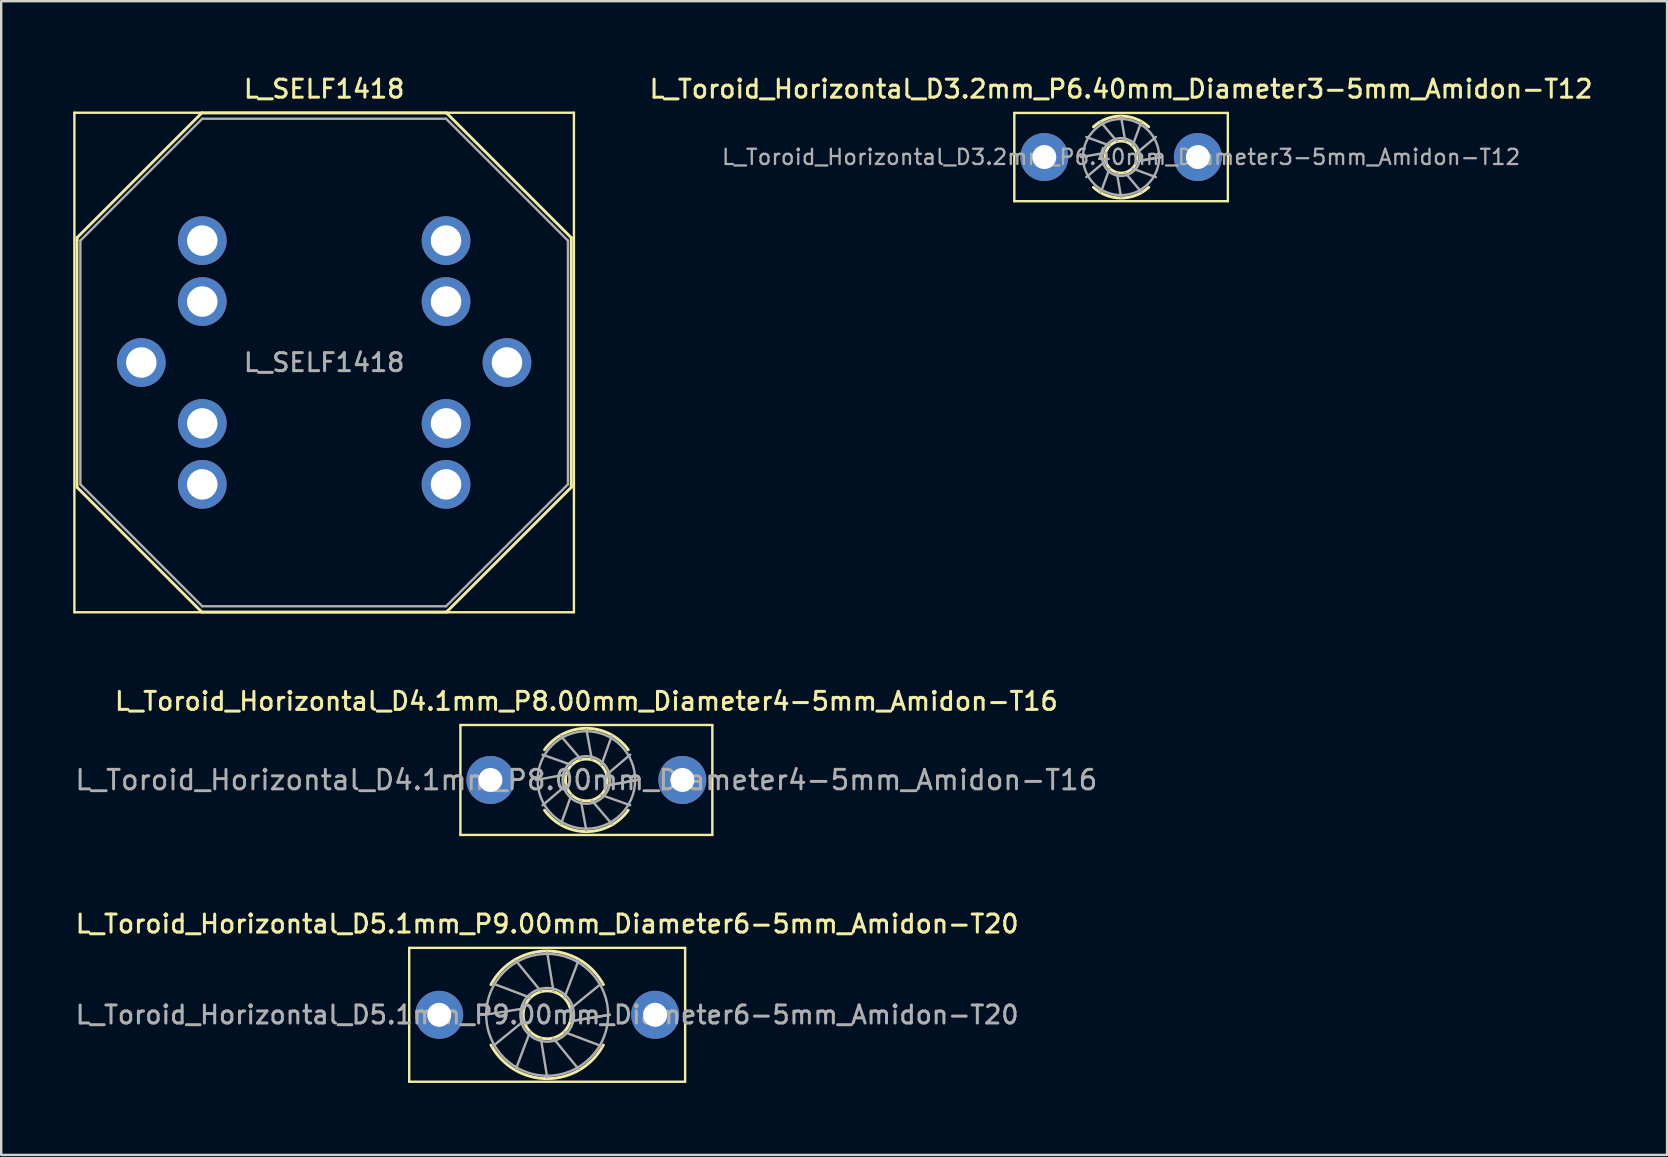
<source format=kicad_pcb>
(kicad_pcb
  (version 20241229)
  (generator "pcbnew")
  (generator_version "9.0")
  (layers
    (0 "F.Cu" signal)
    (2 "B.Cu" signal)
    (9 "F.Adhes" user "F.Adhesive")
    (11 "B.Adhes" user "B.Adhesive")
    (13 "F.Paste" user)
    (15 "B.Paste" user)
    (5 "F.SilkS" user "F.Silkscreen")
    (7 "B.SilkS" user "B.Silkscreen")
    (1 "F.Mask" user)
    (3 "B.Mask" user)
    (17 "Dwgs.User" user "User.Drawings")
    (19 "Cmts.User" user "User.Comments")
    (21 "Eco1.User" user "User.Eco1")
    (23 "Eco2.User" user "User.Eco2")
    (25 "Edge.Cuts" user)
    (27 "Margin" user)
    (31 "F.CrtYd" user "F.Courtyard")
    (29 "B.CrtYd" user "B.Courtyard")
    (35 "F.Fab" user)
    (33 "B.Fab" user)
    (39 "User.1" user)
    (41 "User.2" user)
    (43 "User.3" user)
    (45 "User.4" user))
  (footprint "L_Toroid_Horizontal_D5.1mm_P9.00mm_Diameter6-5mm_Amidon-T20"
    (layer "F.Cu")
    (at 15.255 39.246)
    (property "Reference" "L_Toroid_Horizontal_D5.1mm_P9.00mm_Diameter6-5mm_Amidon-T20" (at 4.5 -3.79 0) (layer "F.SilkS") (effects (font (size 0.75 0.75) (thickness 0.125))))
    (attr through_hole)
    (fp_line (start -1.25 -2.79) (end -1.25 2.79) (stroke (width 0.1) (type solid)) (layer "F.SilkS"))
    (fp_line (start -1.25 2.79) (end 10.25 2.79) (stroke (width 0.1) (type solid)) (layer "F.SilkS"))
    (fp_line (start 10.25 -2.79) (end -1.25 -2.79) (stroke (width 0.1) (type solid)) (layer "F.SilkS"))
    (fp_line (start 10.25 2.79) (end 10.25 -2.79) (stroke (width 0.1) (type solid)) (layer "F.SilkS"))
    (fp_arc (start 2.157352 -1.26) (mid 4.5 -2.66) (end 6.842648 -1.26) (stroke (width 0.12) (type solid)) (layer "F.SilkS"))
    (fp_arc (start 6.842648 1.26) (mid 4.5 2.66) (end 2.157352 1.26) (stroke (width 0.12) (type solid)) (layer "F.SilkS"))
    (fp_circle (center 4.5 0) (end 5.498 0) (stroke (width 0.12) (type solid)) (fill no) (layer "F.SilkS"))
    (fp_line (start 1.893 0.000242) (end 3.517 -0.263) (stroke (width 0.1) (type solid)) (layer "F.Fab"))
    (fp_line (start 2.242 -1.303) (end 3.78 -0.719) (stroke (width 0.1) (type solid)) (layer "F.Fab"))
    (fp_line (start 2.243 1.304) (end 3.517 0.263) (stroke (width 0.1) (type solid)) (layer "F.Fab"))
    (fp_line (start 3.196 -2.257) (end 4.237 -0.983) (stroke (width 0.1) (type solid)) (layer "F.Fab"))
    (fp_line (start 3.197 2.258) (end 3.781 0.72) (stroke (width 0.1) (type solid)) (layer "F.Fab"))
    (fp_line (start 4.5 -2.607) (end 4.763 -0.983) (stroke (width 0.1) (type solid)) (layer "F.Fab"))
    (fp_line (start 4.5 2.607) (end 4.237 0.983) (stroke (width 0.1) (type solid)) (layer "F.Fab"))
    (fp_line (start 5.803 -2.258) (end 5.219 -0.72) (stroke (width 0.1) (type solid)) (layer "F.Fab"))
    (fp_line (start 5.803 2.258) (end 4.763 0.983) (stroke (width 0.1) (type solid)) (layer "F.Fab"))
    (fp_line (start 6.757 -1.304) (end 5.483 -0.264) (stroke (width 0.1) (type solid)) (layer "F.Fab"))
    (fp_line (start 6.758 1.303) (end 5.22 0.72) (stroke (width 0.1) (type solid)) (layer "F.Fab"))
    (fp_line (start 7.107 -0.000483) (end 5.483 0.263) (stroke (width 0.1) (type solid)) (layer "F.Fab"))
    (fp_line (start 7.107 0) (end 5.483 0.263) (stroke (width 0.1) (type solid)) (layer "F.Fab"))
    (fp_circle (center 4.5 0) (end 5.618 0) (stroke (width 0.1) (type solid)) (fill no) (layer "F.Fab"))
    (fp_circle (center 4.5 0) (end 7.04 0) (stroke (width 0.1) (type solid)) (fill no) (layer "F.Fab"))
    (fp_text user "${REFERENCE}" (at 4.5 0 0) (layer "F.Fab") (effects (font (size 0.75 0.75) (thickness 0.125))))
    (pad "1" thru_hole circle (at 0 0) (size 2 2) (drill 1) (layers "*.Cu" "*.Mask"))
    (pad "2" thru_hole circle (at 9 0) (size 2 2) (drill 1) (layers "*.Cu" "*.Mask")))
  (footprint "L_Toroid_Horizontal_D4.1mm_P8.00mm_Diameter4-5mm_Amidon-T16"
    (layer "F.Cu")
    (at 17.389 29.458)
    (property "Reference" "L_Toroid_Horizontal_D4.1mm_P8.00mm_Diameter4-5mm_Amidon-T16" (at 4 -3.282 0) (layer "F.SilkS") (effects (font (size 0.75 0.75) (thickness 0.125))))
    (attr through_hole)
    (fp_line (start -1.25 -2.29) (end -1.25 2.29) (stroke (width 0.1) (type solid)) (layer "F.SilkS"))
    (fp_line (start -1.25 2.29) (end 9.25 2.29) (stroke (width 0.1) (type solid)) (layer "F.SilkS"))
    (fp_line (start 9.25 -2.29) (end -1.25 -2.29) (stroke (width 0.1) (type solid)) (layer "F.SilkS"))
    (fp_line (start 9.25 2.29) (end 9.25 -2.29) (stroke (width 0.1) (type solid)) (layer "F.SilkS"))
    (fp_arc (start 2.255436 -1.26) (mid 4 -2.152) (end 5.744564 -1.26) (stroke (width 0.12) (type solid)) (layer "F.SilkS"))
    (fp_arc (start 5.744564 1.26) (mid 4 2.152) (end 2.255436 1.26) (stroke (width 0.12) (type solid)) (layer "F.SilkS"))
    (fp_circle (center 4 0) (end 4.871 0) (stroke (width 0.12) (type solid)) (fill no) (layer "F.SilkS"))
    (fp_line (start 1.891 0.000195) (end 3.142 -0.23) (stroke (width 0.1) (type solid)) (layer "F.Fab"))
    (fp_line (start 2.173 -1.054) (end 3.372 -0.628) (stroke (width 0.1) (type solid)) (layer "F.Fab"))
    (fp_line (start 2.174 1.055) (end 3.142 0.23) (stroke (width 0.1) (type solid)) (layer "F.Fab"))
    (fp_line (start 2.945 -1.826) (end 3.77 -0.858) (stroke (width 0.1) (type solid)) (layer "F.Fab"))
    (fp_line (start 2.946 1.826) (end 3.372 0.628) (stroke (width 0.1) (type solid)) (layer "F.Fab"))
    (fp_line (start 4 -2.109) (end 4.23 -0.858) (stroke (width 0.1) (type solid)) (layer "F.Fab"))
    (fp_line (start 4 2.109) (end 3.77 0.858) (stroke (width 0.1) (type solid)) (layer "F.Fab"))
    (fp_line (start 5.054 -1.827) (end 4.628 -0.628) (stroke (width 0.1) (type solid)) (layer "F.Fab"))
    (fp_line (start 5.055 1.826) (end 4.23 0.858) (stroke (width 0.1) (type solid)) (layer "F.Fab"))
    (fp_line (start 5.826 -1.055) (end 4.858 -0.23) (stroke (width 0.1) (type solid)) (layer "F.Fab"))
    (fp_line (start 5.826 1.054) (end 4.628 0.628) (stroke (width 0.1) (type solid)) (layer "F.Fab"))
    (fp_line (start 6.109 -0.000391) (end 4.858 0.23) (stroke (width 0.1) (type solid)) (layer "F.Fab"))
    (fp_line (start 6.109 0) (end 4.858 0.23) (stroke (width 0.1) (type solid)) (layer "F.Fab"))
    (fp_circle (center 4 0) (end 4.991 0) (stroke (width 0.1) (type solid)) (fill no) (layer "F.Fab"))
    (fp_circle (center 4 0) (end 6.032 0) (stroke (width 0.1) (type solid)) (fill no) (layer "F.Fab"))
    (fp_text user "${REFERENCE}" (at 4 0 0) (layer "F.Fab") (effects (font (size 0.813 0.813) (thickness 0.122))))
    (pad "1" thru_hole circle (at 0 0) (size 2 2) (drill 1) (layers "*.Cu" "*.Mask"))
    (pad "2" thru_hole circle (at 8 0) (size 2 2) (drill 1) (layers "*.Cu" "*.Mask")))
  (footprint "L_SELF1418"
    (layer "F.Cu")
    (at 5.38 6.978)
    (property "Reference" "L_SELF1418" (at 5.08 -6.32 0) (layer "F.SilkS") (effects (font (size 0.75 0.75) (thickness 0.125))))
    (attr through_hole)
    (fp_line (start -5.33 -5.33) (end -5.33 15.49) (stroke (width 0.1) (type solid)) (layer "F.SilkS"))
    (fp_line (start -5.33 -5.33) (end 15.49 -5.33) (stroke (width 0.1) (type solid)) (layer "F.SilkS"))
    (fp_line (start -5.22 -0.12) (end -0.02 -5.32) (stroke (width 0.12) (type solid)) (layer "F.SilkS"))
    (fp_line (start -5.22 -0.02) (end -5.22 -0.12) (stroke (width 0.12) (type solid)) (layer "F.SilkS"))
    (fp_line (start -5.22 10.28) (end -5.22 -0.02) (stroke (width 0.12) (type solid)) (layer "F.SilkS"))
    (fp_line (start -0.02 -5.32) (end 10.18 -5.32) (stroke (width 0.12) (type solid)) (layer "F.SilkS"))
    (fp_line (start -0.02 15.48) (end -5.22 10.28) (stroke (width 0.12) (type solid)) (layer "F.SilkS"))
    (fp_line (start 10.18 -5.32) (end 15.38 -0.12) (stroke (width 0.12) (type solid)) (layer "F.SilkS"))
    (fp_line (start 10.18 15.48) (end -0.02 15.48) (stroke (width 0.12) (type solid)) (layer "F.SilkS"))
    (fp_line (start 15.38 -0.12) (end 15.38 10.18) (stroke (width 0.12) (type solid)) (layer "F.SilkS"))
    (fp_line (start 15.38 10.18) (end 15.38 10.28) (stroke (width 0.12) (type solid)) (layer "F.SilkS"))
    (fp_line (start 15.38 10.28) (end 10.18 15.48) (stroke (width 0.12) (type solid)) (layer "F.SilkS"))
    (fp_line (start 15.49 15.49) (end -5.33 15.49) (stroke (width 0.1) (type solid)) (layer "F.SilkS"))
    (fp_line (start 15.49 15.49) (end 15.49 -5.33) (stroke (width 0.1) (type solid)) (layer "F.SilkS"))
    (fp_line (start -5.08 0) (end -5.08 10.16) (stroke (width 0.1) (type solid)) (layer "F.Fab"))
    (fp_line (start -5.08 10.16) (end 0 15.24) (stroke (width 0.1) (type solid)) (layer "F.Fab"))
    (fp_line (start 0 -5.08) (end -5.08 0) (stroke (width 0.1) (type solid)) (layer "F.Fab"))
    (fp_line (start 0 15.24) (end 10.16 15.24) (stroke (width 0.1) (type solid)) (layer "F.Fab"))
    (fp_line (start 10.16 -5.08) (end 0 -5.08) (stroke (width 0.1) (type solid)) (layer "F.Fab"))
    (fp_line (start 10.16 15.24) (end 15.24 10.16) (stroke (width 0.1) (type solid)) (layer "F.Fab"))
    (fp_line (start 15.24 0) (end 10.16 -5.08) (stroke (width 0.1) (type solid)) (layer "F.Fab"))
    (fp_line (start 15.24 10.16) (end 15.24 0) (stroke (width 0.1) (type solid)) (layer "F.Fab"))
    (fp_text user "${REFERENCE}" (at 5.08 5.08 0) (layer "F.Fab") (effects (font (size 0.75 0.75) (thickness 0.125))))
    (pad "" thru_hole circle (at -2.54 5.08) (size 2.03 2.03) (drill 1.27) (layers "*.Cu" "*.Mask"))
    (pad "" thru_hole circle (at 12.7 5.08) (size 2.03 2.03) (drill 1.27) (layers "*.Cu" "*.Mask"))
    (pad "1" thru_hole circle (at 0 0) (size 2.03 2.03) (drill 1.27) (layers "*.Cu" "*.Mask"))
    (pad "1" thru_hole circle (at 0 2.54) (size 2.03 2.03) (drill 1.27) (layers "*.Cu" "*.Mask"))
    (pad "2" thru_hole circle (at 10.16 0) (size 2.03 2.03) (drill 1.27) (layers "*.Cu" "*.Mask"))
    (pad "2" thru_hole circle (at 10.16 2.54) (size 2.03 2.03) (drill 1.27) (layers "*.Cu" "*.Mask"))
    (pad "3" thru_hole circle (at 10.16 7.62) (size 2.03 2.03) (drill 1.27) (layers "*.Cu" "*.Mask"))
    (pad "3" thru_hole circle (at 10.16 10.16) (size 2.03 2.03) (drill 1.27) (layers "*.Cu" "*.Mask"))
    (pad "4" thru_hole circle (at 0 7.62) (size 2.03 2.03) (drill 1.27) (layers "*.Cu" "*.Mask"))
    (pad "4" thru_hole circle (at 0 10.16) (size 2.03 2.03) (drill 1.27) (layers "*.Cu" "*.Mask")))
  (footprint "L_Toroid_Horizontal_D3.2mm_P6.40mm_Diameter3-5mm_Amidon-T12"
    (layer "F.Cu")
    (at 40.475 3.496)
    (property "Reference" "L_Toroid_Horizontal_D3.2mm_P6.40mm_Diameter3-5mm_Amidon-T12" (at 3.2 -2.837 0) (layer "F.SilkS") (effects (font (size 0.75 0.75) (thickness 0.125))))
    (attr through_hole)
    (fp_line (start -1.25 -1.84) (end -1.25 1.84) (stroke (width 0.1) (type solid)) (layer "F.SilkS"))
    (fp_line (start -1.25 1.84) (end 7.65 1.84) (stroke (width 0.1) (type solid)) (layer "F.SilkS"))
    (fp_line (start 7.65 -1.84) (end -1.25 -1.84) (stroke (width 0.1) (type solid)) (layer "F.SilkS"))
    (fp_line (start 7.65 1.84) (end 7.65 -1.84) (stroke (width 0.1) (type solid)) (layer "F.SilkS"))
    (fp_arc (start 2.04763 -1.26) (mid 3.2 -1.7075) (end 4.35237 -1.26) (stroke (width 0.12) (type solid)) (layer "F.SilkS"))
    (fp_arc (start 4.35237 1.26) (mid 3.2 1.7075) (end 2.04763 1.26) (stroke (width 0.12) (type solid)) (layer "F.SilkS"))
    (fp_circle (center 3.2 0) (end 3.867 0) (stroke (width 0.12) (type solid)) (fill no) (layer "F.SilkS"))
    (fp_line (start 1.527 0.000155) (end 2.542 -0.176) (stroke (width 0.1) (type solid)) (layer "F.Fab"))
    (fp_line (start 1.751 -0.837) (end 2.719 -0.481) (stroke (width 0.1) (type solid)) (layer "F.Fab"))
    (fp_line (start 1.751 0.837) (end 2.542 0.176) (stroke (width 0.1) (type solid)) (layer "F.Fab"))
    (fp_line (start 2.363 -1.449) (end 3.024 -0.658) (stroke (width 0.1) (type solid)) (layer "F.Fab"))
    (fp_line (start 2.363 1.449) (end 2.719 0.481) (stroke (width 0.1) (type solid)) (layer "F.Fab"))
    (fp_line (start 3.2 -1.673) (end 3.376 -0.658) (stroke (width 0.1) (type solid)) (layer "F.Fab"))
    (fp_line (start 3.2 1.673) (end 3.024 0.658) (stroke (width 0.1) (type solid)) (layer "F.Fab"))
    (fp_line (start 4.036 -1.449) (end 3.681 -0.481) (stroke (width 0.1) (type solid)) (layer "F.Fab"))
    (fp_line (start 4.037 1.449) (end 3.376 0.658) (stroke (width 0.1) (type solid)) (layer "F.Fab"))
    (fp_line (start 4.649 -0.837) (end 3.858 -0.176) (stroke (width 0.1) (type solid)) (layer "F.Fab"))
    (fp_line (start 4.649 0.837) (end 3.681 0.481) (stroke (width 0.1) (type solid)) (layer "F.Fab"))
    (fp_line (start 4.873 -0.00031) (end 3.858 0.176) (stroke (width 0.1) (type solid)) (layer "F.Fab"))
    (fp_line (start 4.873 0) (end 3.858 0.176) (stroke (width 0.1) (type solid)) (layer "F.Fab"))
    (fp_circle (center 3.2 0) (end 3.987 0) (stroke (width 0.1) (type solid)) (fill no) (layer "F.Fab"))
    (fp_circle (center 3.2 0) (end 4.787 0) (stroke (width 0.1) (type solid)) (fill no) (layer "F.Fab"))
    (fp_text user "${REFERENCE}" (at 3.2 0 0) (layer "F.Fab") (effects (font (size 0.635 0.635) (thickness 0.095))))
    (pad "1" thru_hole circle (at 0 0) (size 2 2) (drill 1) (layers "*.Cu" "*.Mask"))
    (pad "2" thru_hole circle (at 6.4 0) (size 2 2) (drill 1) (layers "*.Cu" "*.Mask")))
  (gr_rect
    (start -3 -3)
    (end 66.431 45.086)
    (stroke (width 0.1) (type default))
    (fill no)
    (layer "Edge.Cuts")))
</source>
